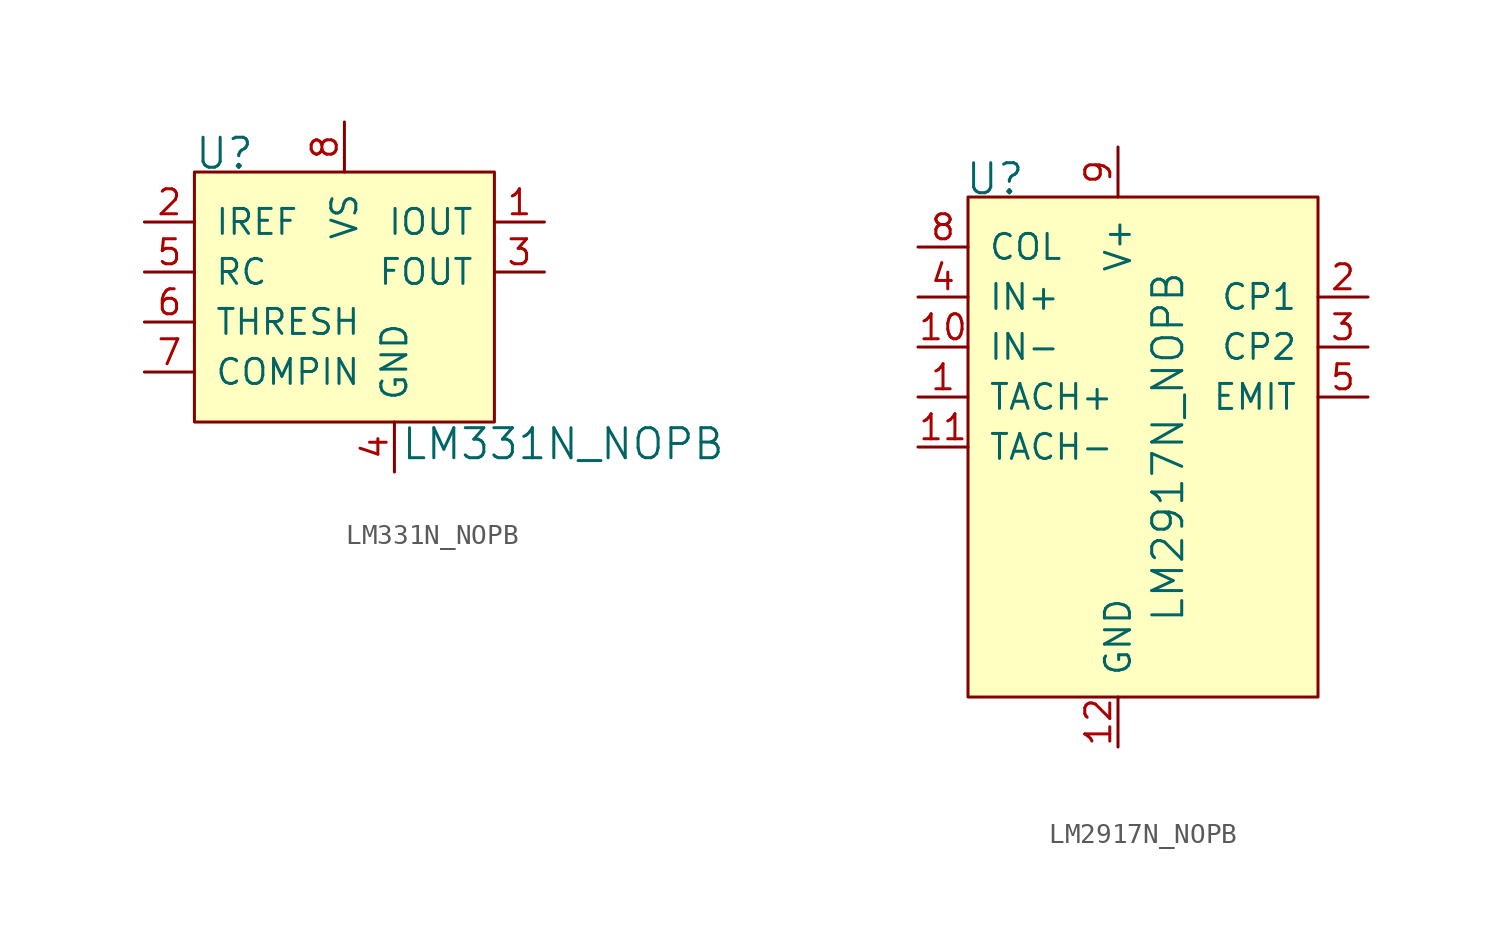
<source format=kicad_sym>
(kicad_symbol_lib
  (version 20231120)
  (generator "kicad_symbol_editor")
  (generator_version "8.0")
  (symbol "LM331N_NOPB"
    (pin_names
      (offset 1.016))
    (property "Reference" "U"
      (at -7.645 0.94 0)
      (effects (font (size 1.524 1.524)) (justify left)))
    (property "Value" "LM331N_NOPB"
      (at 2.845 -13.818 0)
      (effects (font (size 1.524 1.524)) (justify left)))
    (symbol "LM331N_NOPB_0_1"
      (rectangle (start -7.62 0) (end 7.62 -12.7) (stroke (width 0) (type default)) (fill (type background))))
    (symbol "LM331N_NOPB_1_1"
      (pin output line (at 10.16 -2.54 180) (length 2.54) (name "IOUT" (effects (font (size 1.27 1.27)))) (number "1" (effects (font (size 1.27 1.27)))))
      (pin input line (at -10.16 -2.54 0) (length 2.54) (name "IREF" (effects (font (size 1.27 1.27)))) (number "2" (effects (font (size 1.27 1.27)))))
      (pin output line (at 10.16 -5.08 180) (length 2.54) (name "FOUT" (effects (font (size 1.27 1.27)))) (number "3" (effects (font (size 1.27 1.27)))))
      (pin power_in line (at 2.54 -15.24 90) (length 2.54) (name "GND" (effects (font (size 1.27 1.27)))) (number "4" (effects (font (size 1.27 1.27)))))
      (pin input line (at -10.16 -5.08 0) (length 2.54) (name "RC" (effects (font (size 1.27 1.27)))) (number "5" (effects (font (size 1.27 1.27)))))
      (pin input line (at -10.16 -7.62 0) (length 2.54) (name "THRESH" (effects (font (size 1.27 1.27)))) (number "6" (effects (font (size 1.27 1.27)))))
      (pin input line (at -10.16 -10.16 0) (length 2.54) (name "COMPIN" (effects (font (size 1.27 1.27)))) (number "7" (effects (font (size 1.27 1.27)))))
      (pin power_in line (at 0 2.54 270) (length 2.54) (name "VS" (effects (font (size 1.27 1.27)))) (number "8" (effects (font (size 1.27 1.27)))))))
  (symbol "LM2917N_NOPB"
    (pin_names
      (offset 1.016))
    (property "Reference" "U"
      (at -7.798 11.074 0)
      (effects (font (size 1.524 1.524)) (justify left)))
    (property "Value" "LM2917N_NOPB"
      (at 2.54 -2.54 90)
      (effects (font (size 1.524 1.524))))
    (symbol "LM2917N_NOPB_0_1"
      (rectangle (start -7.62 10.16) (end 10.16 -15.24) (stroke (width 0) (type default)) (fill (type background))))
    (symbol "LM2917N_NOPB_1_1"
      (pin input line (at -10.16 0 0) (length 2.54) (name "TACH+" (effects (font (size 1.27 1.27)))) (number "1" (effects (font (size 1.27 1.27)))))
      (pin input line (at -10.16 2.54 0) (length 2.54) (name "IN-" (effects (font (size 1.27 1.27)))) (number "10" (effects (font (size 1.27 1.27)))))
      (pin input line (at -10.16 -2.54 0) (length 2.54) (name "TACH-" (effects (font (size 1.27 1.27)))) (number "11" (effects (font (size 1.27 1.27)))))
      (pin power_in line (at 0 -17.78 90) (length 2.54) (name "GND" (effects (font (size 1.27 1.27)))) (number "12" (effects (font (size 1.27 1.27)))))
      (pin no_connect line (at -7.62 -10.16 0) (length 2.54) hide (name "NC" (effects (font (size 1.27 1.27)))) (number "13" (effects (font (size 1.27 1.27)))))
      (pin no_connect line (at -7.62 -12.7 0) (length 2.54) hide (name "NC" (effects (font (size 1.27 1.27)))) (number "14" (effects (font (size 1.27 1.27)))))
      (pin output line (at 12.7 5.08 180) (length 2.54) (name "CP1" (effects (font (size 1.27 1.27)))) (number "2" (effects (font (size 1.27 1.27)))))
      (pin output line (at 12.7 2.54 180) (length 2.54) (name "CP2" (effects (font (size 1.27 1.27)))) (number "3" (effects (font (size 1.27 1.27)))))
      (pin input line (at -10.16 5.08 0) (length 2.54) (name "IN+" (effects (font (size 1.27 1.27)))) (number "4" (effects (font (size 1.27 1.27)))))
      (pin output line (at 12.7 0 180) (length 2.54) (name "EMIT" (effects (font (size 1.27 1.27)))) (number "5" (effects (font (size 1.27 1.27)))))
      (pin no_connect line (at -7.62 -5.08 0) (length 2.54) hide (name "NC" (effects (font (size 1.27 1.27)))) (number "6" (effects (font (size 1.27 1.27)))))
      (pin no_connect line (at -7.62 -7.62 0) (length 2.54) hide (name "NC" (effects (font (size 1.27 1.27)))) (number "7" (effects (font (size 1.27 1.27)))))
      (pin input line (at -10.16 7.62 0) (length 2.54) (name "COL" (effects (font (size 1.27 1.27)))) (number "8" (effects (font (size 1.27 1.27)))))
      (pin power_in line (at 0 12.7 270) (length 2.54) (name "V+" (effects (font (size 1.27 1.27)))) (number "9" (effects (font (size 1.27 1.27))))))))
</source>
